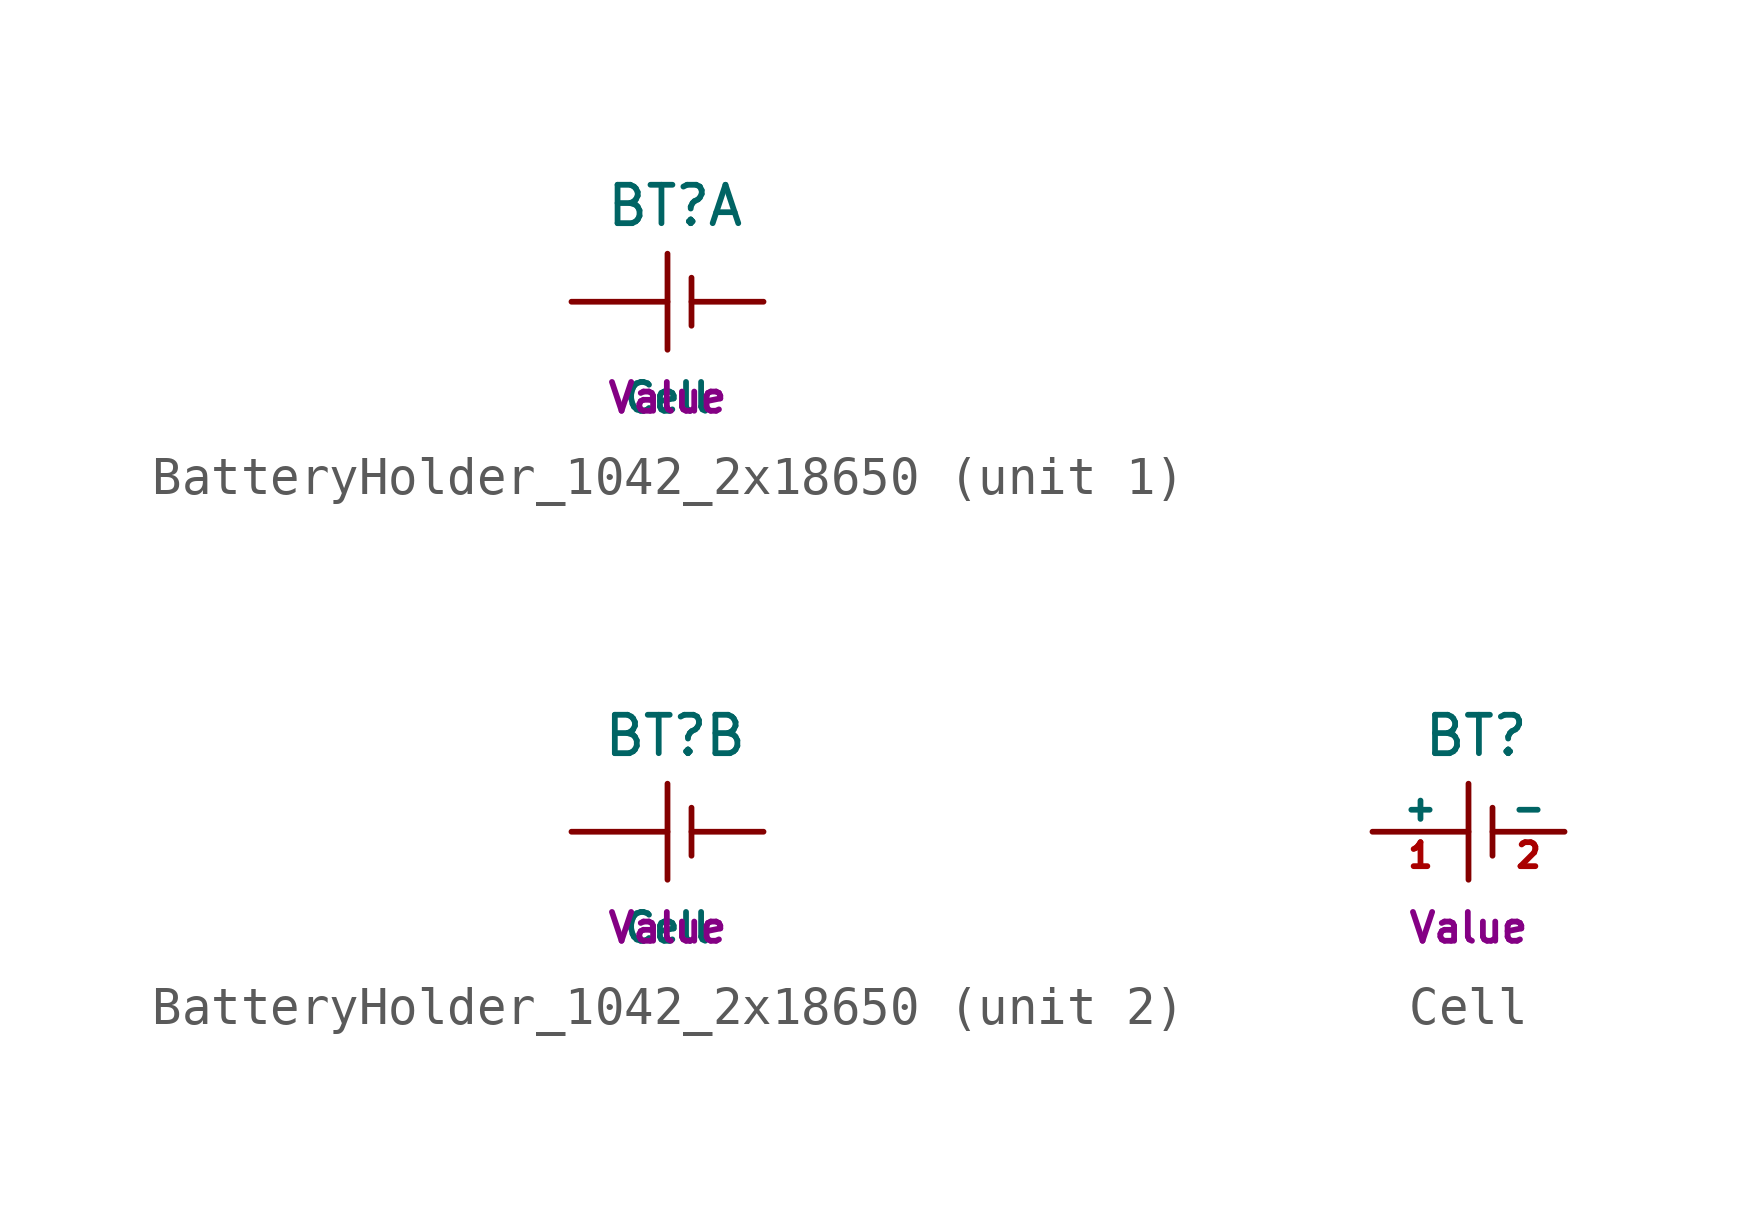
<source format=kicad_sym>
(kicad_symbol_lib
  (version 20220914)
  (generator kicad_symbol_editor)
  (symbol "BatteryHolder_1042_2x18650"
    (property "Reference" "BT"
      (at 0.203 2.54 0)
      (effects (font (size 1.016 1.016))))
    (property "Value" "Cell"
      (at 0 -2.54 0)
      (effects (font (size 0.762 0.762))))
    (property "Unit" "Value"
      (at 0 -2.54 0)
      (effects (font (size 0.762 0.762))))
    (symbol "BatteryHolder_1042_2x18650_0_1"
      (polyline (pts (xy 0 1.27) (xy 0 -1.27)) (stroke (width 0) (type solid)) (fill (type none)))
      (polyline (pts (xy 0.635 0.635) (xy 0.635 -0.635)) (stroke (width 0) (type solid)) (fill (type none))))
    (symbol "BatteryHolder_1042_2x18650_1_1"
      (pin power_out line (at -2.54 0 0) (length 2.54) (name "+" (effects (font (size 0 0)))) (number "1" (effects (font (size 0 0)))))
      (pin power_out line (at 2.54 0 180) (length 1.905) (name "-" (effects (font (size 0 0)))) (number "2" (effects (font (size 0 0))))))
    (symbol "BatteryHolder_1042_2x18650_2_1"
      (pin power_out line (at -2.54 0 0) (length 2.54) (name "+" (effects (font (size 0 0)))) (number "3" (effects (font (size 0 0)))))
      (pin power_out line (at 2.54 0 180) (length 1.905) (name "-" (effects (font (size 0 0)))) (number "4" (effects (font (size 0 0)))))))
  (symbol "Cell"
    (pin_names
      (offset 0))
    (property "Reference" "BT"
      (at 0.203 2.54 0)
      (effects (font (size 1.016 1.016))))
    (property "Footprint" ""
      (at 0 0 0)
      (effects (font (size 1.524 1.524))))
    (property "Datasheet" ""
      (at 0.203 2.54 0)
      (effects (font (size 1.524 1.524))))
    (property "Unit" "Value"
      (at 0 -2.54 0)
      (effects (font (size 0.762 0.762))))
    (symbol "Cell_0_1"
      (polyline (pts (xy 0 1.27) (xy 0 -1.27)) (stroke (width 0) (type solid)) (fill (type none)))
      (polyline (pts (xy 0.635 0.635) (xy 0.635 -0.635)) (stroke (width 0) (type solid)) (fill (type none))))
    (symbol "Cell_1_1"
      (pin power_out line (at -2.54 0 0) (length 2.54) (name "+" (effects (font (size 0.635 0.635)))) (number "1" (effects (font (size 0.635 0.635)))))
      (pin power_out line (at 2.54 0 180) (length 1.905) (name "-" (effects (font (size 0.635 0.635)))) (number "2" (effects (font (size 0.635 0.635))))))))
</source>
